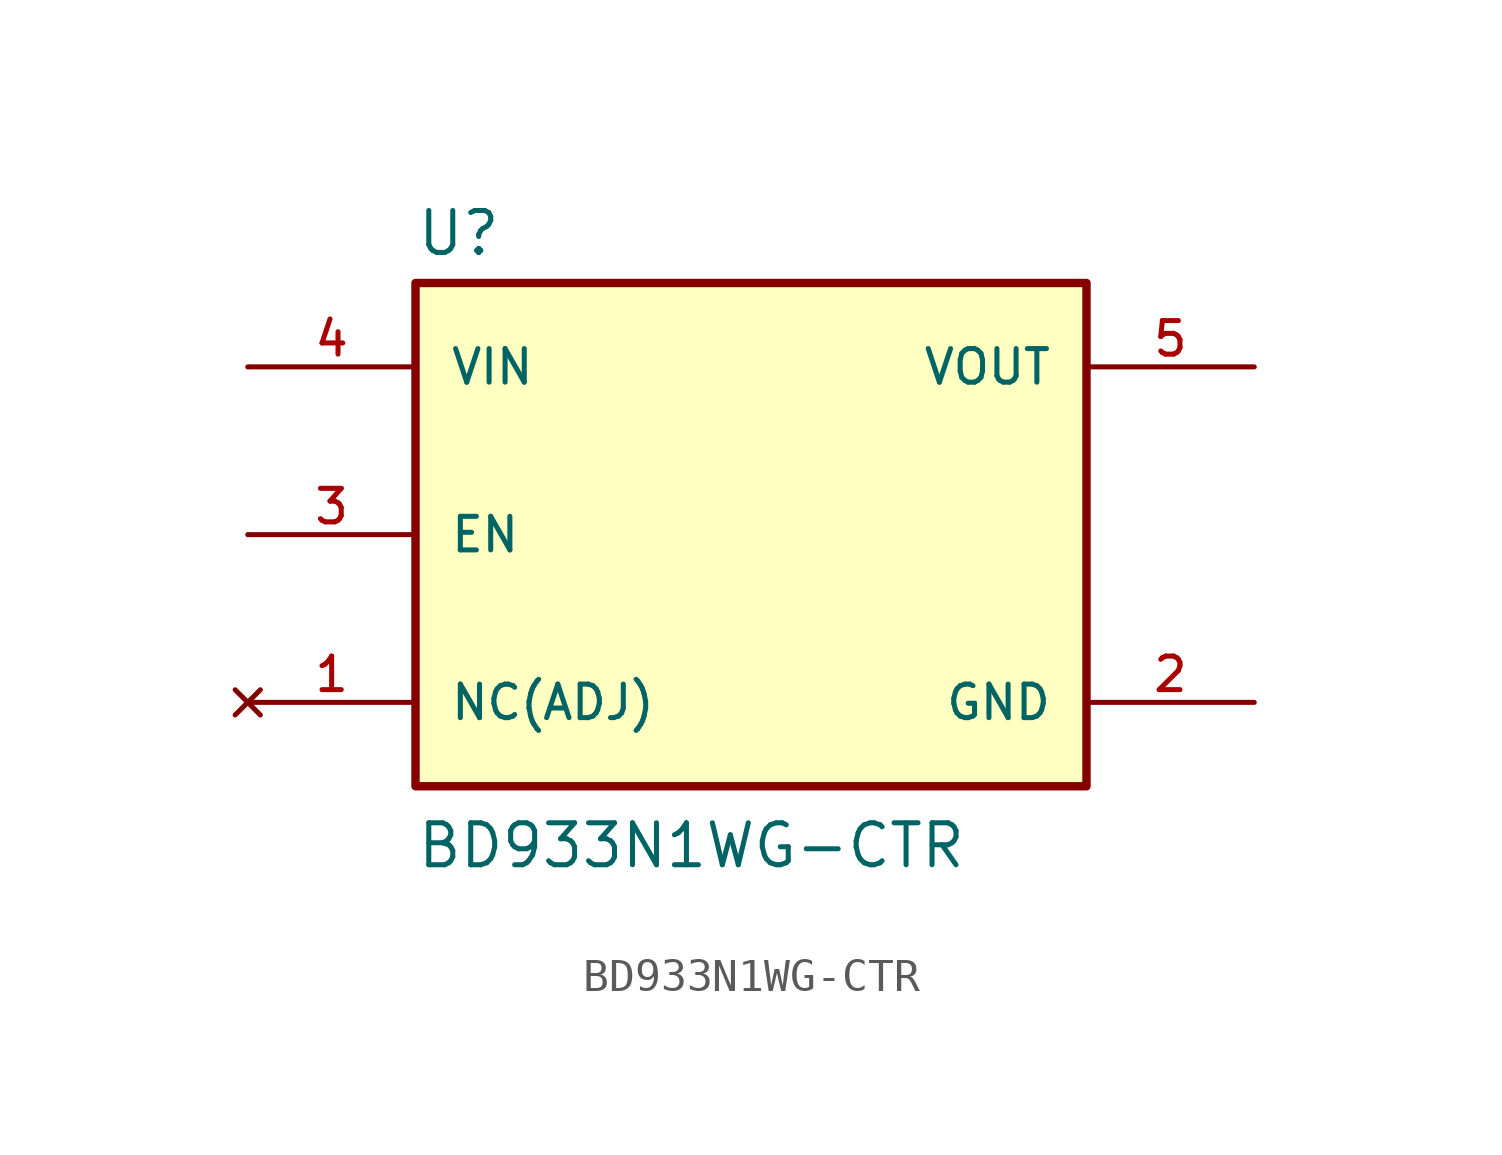
<source format=kicad_sym>
(kicad_symbol_lib
  (version 20211014)
  (generator kicad_symbol_editor)
  (symbol "BD933N1WG-CTR"
    (pin_names
      (offset 1.016))
    (property "Reference" "U"
      (at -10.16 8.382 0)
      (effects (font (size 1.27 1.27)) (justify bottom left)))
    (property "Value" "BD933N1WG-CTR"
      (at -10.16 -10.16 0)
      (effects (font (size 1.27 1.27)) (justify bottom left)))
    (symbol "BD933N1WG-CTR_0_0"
      (rectangle (start -10.16 -7.62) (end 10.16 7.62) (stroke (width 0.254)) (fill (type background)))
      (pin no_connect line (at -15.24 -5.08 0) (length 5.08) (name "NC(ADJ)" (effects (font (size 1.016 1.016)))) (number "1" (effects (font (size 1.016 1.016)))))
      (pin power_in line (at 15.24 -5.08 180.0) (length 5.08) (name "GND" (effects (font (size 1.016 1.016)))) (number "2" (effects (font (size 1.016 1.016)))))
      (pin input line (at -15.24 0.0 0) (length 5.08) (name "EN" (effects (font (size 1.016 1.016)))) (number "3" (effects (font (size 1.016 1.016)))))
      (pin input line (at -15.24 5.08 0) (length 5.08) (name "VIN" (effects (font (size 1.016 1.016)))) (number "4" (effects (font (size 1.016 1.016)))))
      (pin output line (at 15.24 5.08 180.0) (length 5.08) (name "VOUT" (effects (font (size 1.016 1.016)))) (number "5" (effects (font (size 1.016 1.016))))))))
</source>
